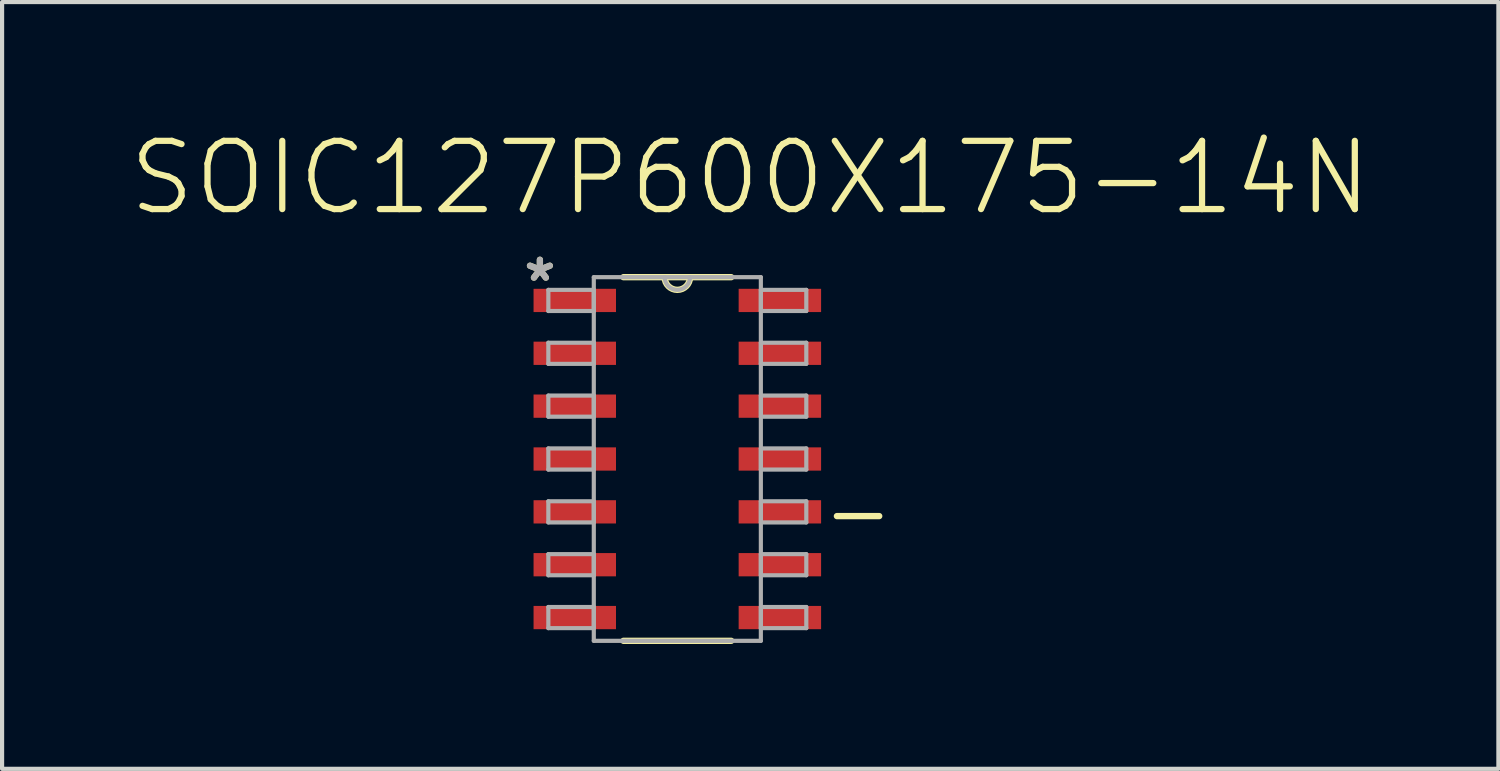
<source format=kicad_pcb>
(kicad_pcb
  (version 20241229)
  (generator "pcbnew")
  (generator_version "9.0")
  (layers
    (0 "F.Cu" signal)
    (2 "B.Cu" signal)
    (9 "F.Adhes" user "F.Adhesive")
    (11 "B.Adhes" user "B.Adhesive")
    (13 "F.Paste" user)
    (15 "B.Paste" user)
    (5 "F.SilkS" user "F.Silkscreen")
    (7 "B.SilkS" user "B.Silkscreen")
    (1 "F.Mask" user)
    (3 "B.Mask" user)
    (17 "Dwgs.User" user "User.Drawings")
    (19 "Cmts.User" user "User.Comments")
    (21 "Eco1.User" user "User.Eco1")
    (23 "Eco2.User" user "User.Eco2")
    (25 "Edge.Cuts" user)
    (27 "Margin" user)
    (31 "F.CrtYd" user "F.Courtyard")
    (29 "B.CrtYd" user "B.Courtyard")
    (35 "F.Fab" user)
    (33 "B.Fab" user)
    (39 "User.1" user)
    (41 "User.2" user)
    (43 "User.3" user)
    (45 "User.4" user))
  (footprint "SOIC127P600X175-14N"
    (layer "F.Cu")
    (at 13.225 7.979)
    (property "Reference" "SOIC127P600X175-14N" (at 1.753 -6.756 0) (layer "F.SilkS") (effects (font (size 1.64 1.64) (thickness 0.15))))
    (attr through_hole)
    (fp_line (start -1.295 4.369) (end 1.295 4.369) (stroke (width 0.152) (type solid)) (layer "F.SilkS"))
    (fp_line (start -0.305 -4.369) (end -1.295 -4.369) (stroke (width 0.152) (type solid)) (layer "F.SilkS"))
    (fp_line (start 0.305 -4.369) (end -0.305 -4.369) (stroke (width 0.152) (type solid)) (layer "F.SilkS"))
    (fp_line (start 1.295 -4.369) (end 0.305 -4.369) (stroke (width 0.152) (type solid)) (layer "F.SilkS"))
    (fp_line (start 3.835 1.372) (end 4.851 1.372) (stroke (width 0.152) (type solid)) (layer "F.SilkS"))
    (fp_arc (start 0.3048 -4.3688) (mid 0 -4.064) (end -0.3048 -4.3688) (stroke (width 0.1524) (type solid)) (layer "F.SilkS"))
    (fp_line (start -3.099 -4.064) (end -3.099 -3.556) (stroke (width 0.1) (type solid)) (layer "F.Fab"))
    (fp_line (start -3.099 -3.556) (end -2.007 -3.556) (stroke (width 0.1) (type solid)) (layer "F.Fab"))
    (fp_line (start -3.099 -2.794) (end -3.099 -2.286) (stroke (width 0.1) (type solid)) (layer "F.Fab"))
    (fp_line (start -3.099 -2.286) (end -2.007 -2.286) (stroke (width 0.1) (type solid)) (layer "F.Fab"))
    (fp_line (start -3.099 -1.524) (end -3.099 -1.016) (stroke (width 0.1) (type solid)) (layer "F.Fab"))
    (fp_line (start -3.099 -1.016) (end -2.007 -1.016) (stroke (width 0.1) (type solid)) (layer "F.Fab"))
    (fp_line (start -3.099 -0.254) (end -3.099 0.254) (stroke (width 0.1) (type solid)) (layer "F.Fab"))
    (fp_line (start -3.099 0.254) (end -2.007 0.254) (stroke (width 0.1) (type solid)) (layer "F.Fab"))
    (fp_line (start -3.099 1.016) (end -3.099 1.524) (stroke (width 0.1) (type solid)) (layer "F.Fab"))
    (fp_line (start -3.099 1.524) (end -2.007 1.524) (stroke (width 0.1) (type solid)) (layer "F.Fab"))
    (fp_line (start -3.099 2.286) (end -3.099 2.794) (stroke (width 0.1) (type solid)) (layer "F.Fab"))
    (fp_line (start -3.099 2.794) (end -2.007 2.794) (stroke (width 0.1) (type solid)) (layer "F.Fab"))
    (fp_line (start -3.099 3.556) (end -3.099 4.064) (stroke (width 0.1) (type solid)) (layer "F.Fab"))
    (fp_line (start -3.099 4.064) (end -2.007 4.064) (stroke (width 0.1) (type solid)) (layer "F.Fab"))
    (fp_line (start -2.007 -4.369) (end -2.007 4.369) (stroke (width 0.1) (type solid)) (layer "F.Fab"))
    (fp_line (start -2.007 -4.064) (end -3.099 -4.064) (stroke (width 0.1) (type solid)) (layer "F.Fab"))
    (fp_line (start -2.007 -3.556) (end -2.007 -4.064) (stroke (width 0.1) (type solid)) (layer "F.Fab"))
    (fp_line (start -2.007 -2.794) (end -3.099 -2.794) (stroke (width 0.1) (type solid)) (layer "F.Fab"))
    (fp_line (start -2.007 -2.286) (end -2.007 -2.794) (stroke (width 0.1) (type solid)) (layer "F.Fab"))
    (fp_line (start -2.007 -1.524) (end -3.099 -1.524) (stroke (width 0.1) (type solid)) (layer "F.Fab"))
    (fp_line (start -2.007 -1.016) (end -2.007 -1.524) (stroke (width 0.1) (type solid)) (layer "F.Fab"))
    (fp_line (start -2.007 -0.254) (end -3.099 -0.254) (stroke (width 0.1) (type solid)) (layer "F.Fab"))
    (fp_line (start -2.007 0.254) (end -2.007 -0.254) (stroke (width 0.1) (type solid)) (layer "F.Fab"))
    (fp_line (start -2.007 1.016) (end -3.099 1.016) (stroke (width 0.1) (type solid)) (layer "F.Fab"))
    (fp_line (start -2.007 1.524) (end -2.007 1.016) (stroke (width 0.1) (type solid)) (layer "F.Fab"))
    (fp_line (start -2.007 2.286) (end -3.099 2.286) (stroke (width 0.1) (type solid)) (layer "F.Fab"))
    (fp_line (start -2.007 2.794) (end -2.007 2.286) (stroke (width 0.1) (type solid)) (layer "F.Fab"))
    (fp_line (start -2.007 3.556) (end -3.099 3.556) (stroke (width 0.1) (type solid)) (layer "F.Fab"))
    (fp_line (start -2.007 4.064) (end -2.007 3.556) (stroke (width 0.1) (type solid)) (layer "F.Fab"))
    (fp_line (start -2.007 4.369) (end 2.007 4.369) (stroke (width 0.1) (type solid)) (layer "F.Fab"))
    (fp_line (start -0.305 -4.369) (end -2.007 -4.369) (stroke (width 0.1) (type solid)) (layer "F.Fab"))
    (fp_line (start 0.305 -4.369) (end -0.305 -4.369) (stroke (width 0.1) (type solid)) (layer "F.Fab"))
    (fp_line (start 2.007 -4.369) (end 0.305 -4.369) (stroke (width 0.1) (type solid)) (layer "F.Fab"))
    (fp_line (start 2.007 -4.064) (end 2.007 -3.556) (stroke (width 0.1) (type solid)) (layer "F.Fab"))
    (fp_line (start 2.007 -3.556) (end 3.099 -3.556) (stroke (width 0.1) (type solid)) (layer "F.Fab"))
    (fp_line (start 2.007 -2.794) (end 2.007 -2.286) (stroke (width 0.1) (type solid)) (layer "F.Fab"))
    (fp_line (start 2.007 -2.286) (end 3.099 -2.286) (stroke (width 0.1) (type solid)) (layer "F.Fab"))
    (fp_line (start 2.007 -1.524) (end 2.007 -1.016) (stroke (width 0.1) (type solid)) (layer "F.Fab"))
    (fp_line (start 2.007 -1.016) (end 3.099 -1.016) (stroke (width 0.1) (type solid)) (layer "F.Fab"))
    (fp_line (start 2.007 -0.254) (end 2.007 0.254) (stroke (width 0.1) (type solid)) (layer "F.Fab"))
    (fp_line (start 2.007 0.254) (end 3.099 0.254) (stroke (width 0.1) (type solid)) (layer "F.Fab"))
    (fp_line (start 2.007 1.016) (end 2.007 1.524) (stroke (width 0.1) (type solid)) (layer "F.Fab"))
    (fp_line (start 2.007 1.524) (end 3.099 1.524) (stroke (width 0.1) (type solid)) (layer "F.Fab"))
    (fp_line (start 2.007 2.286) (end 2.007 2.794) (stroke (width 0.1) (type solid)) (layer "F.Fab"))
    (fp_line (start 2.007 2.794) (end 3.099 2.794) (stroke (width 0.1) (type solid)) (layer "F.Fab"))
    (fp_line (start 2.007 3.556) (end 2.007 4.064) (stroke (width 0.1) (type solid)) (layer "F.Fab"))
    (fp_line (start 2.007 4.064) (end 3.099 4.064) (stroke (width 0.1) (type solid)) (layer "F.Fab"))
    (fp_line (start 2.007 4.369) (end 2.007 -4.369) (stroke (width 0.1) (type solid)) (layer "F.Fab"))
    (fp_line (start 3.099 -4.064) (end 2.007 -4.064) (stroke (width 0.1) (type solid)) (layer "F.Fab"))
    (fp_line (start 3.099 -3.556) (end 3.099 -4.064) (stroke (width 0.1) (type solid)) (layer "F.Fab"))
    (fp_line (start 3.099 -2.794) (end 2.007 -2.794) (stroke (width 0.1) (type solid)) (layer "F.Fab"))
    (fp_line (start 3.099 -2.286) (end 3.099 -2.794) (stroke (width 0.1) (type solid)) (layer "F.Fab"))
    (fp_line (start 3.099 -1.524) (end 2.007 -1.524) (stroke (width 0.1) (type solid)) (layer "F.Fab"))
    (fp_line (start 3.099 -1.016) (end 3.099 -1.524) (stroke (width 0.1) (type solid)) (layer "F.Fab"))
    (fp_line (start 3.099 -0.254) (end 2.007 -0.254) (stroke (width 0.1) (type solid)) (layer "F.Fab"))
    (fp_line (start 3.099 0.254) (end 3.099 -0.254) (stroke (width 0.1) (type solid)) (layer "F.Fab"))
    (fp_line (start 3.099 1.016) (end 2.007 1.016) (stroke (width 0.1) (type solid)) (layer "F.Fab"))
    (fp_line (start 3.099 1.524) (end 3.099 1.016) (stroke (width 0.1) (type solid)) (layer "F.Fab"))
    (fp_line (start 3.099 2.286) (end 2.007 2.286) (stroke (width 0.1) (type solid)) (layer "F.Fab"))
    (fp_line (start 3.099 2.794) (end 3.099 2.286) (stroke (width 0.1) (type solid)) (layer "F.Fab"))
    (fp_line (start 3.099 3.556) (end 2.007 3.556) (stroke (width 0.1) (type solid)) (layer "F.Fab"))
    (fp_line (start 3.099 4.064) (end 3.099 3.556) (stroke (width 0.1) (type solid)) (layer "F.Fab"))
    (fp_arc (start 0.3048 -4.3688) (mid 0 -4.064) (end -0.3048 -4.3688) (stroke (width 0.1) (type solid)) (layer "F.Fab"))
    (fp_text user "*" (at -3.302 -4.242 0) (layer "F.SilkS") (effects (font (size 1 1) (thickness 0.15))))
    (fp_text user "*" (at -3.302 -4.242 0) (layer "F.Fab") (effects (font (size 1 1) (thickness 0.15))))
    (pad "1" smd rect (at -2.464 -3.81) (size 1.981 0.559) (layers "F.Cu" "F.Mask" "F.Paste"))
    (pad "2" smd rect (at -2.464 -2.54) (size 1.981 0.559) (layers "F.Cu" "F.Mask" "F.Paste"))
    (pad "3" smd rect (at -2.464 -1.27) (size 1.981 0.559) (layers "F.Cu" "F.Mask" "F.Paste"))
    (pad "4" smd rect (at -2.464 0) (size 1.981 0.559) (layers "F.Cu" "F.Mask" "F.Paste"))
    (pad "5" smd rect (at -2.464 1.27) (size 1.981 0.559) (layers "F.Cu" "F.Mask" "F.Paste"))
    (pad "6" smd rect (at -2.464 2.54) (size 1.981 0.559) (layers "F.Cu" "F.Mask" "F.Paste"))
    (pad "7" smd rect (at -2.464 3.81) (size 1.981 0.559) (layers "F.Cu" "F.Mask" "F.Paste"))
    (pad "8" smd rect (at 2.464 3.81) (size 1.981 0.559) (layers "F.Cu" "F.Mask" "F.Paste"))
    (pad "9" smd rect (at 2.464 2.54) (size 1.981 0.559) (layers "F.Cu" "F.Mask" "F.Paste"))
    (pad "10" smd rect (at 2.464 1.27) (size 1.981 0.559) (layers "F.Cu" "F.Mask" "F.Paste"))
    (pad "11" smd rect (at 2.464 0) (size 1.981 0.559) (layers "F.Cu" "F.Mask" "F.Paste"))
    (pad "12" smd rect (at 2.464 -1.27) (size 1.981 0.559) (layers "F.Cu" "F.Mask" "F.Paste"))
    (pad "13" smd rect (at 2.464 -2.54) (size 1.981 0.559) (layers "F.Cu" "F.Mask" "F.Paste"))
    (pad "14" smd rect (at 2.464 -3.81) (size 1.981 0.559) (layers "F.Cu" "F.Mask" "F.Paste")))
  (gr_rect
    (start -3 -3)
    (end 32.954 15.424)
    (stroke (width 0.1) (type default))
    (fill no)
    (layer "Edge.Cuts")))
</source>
